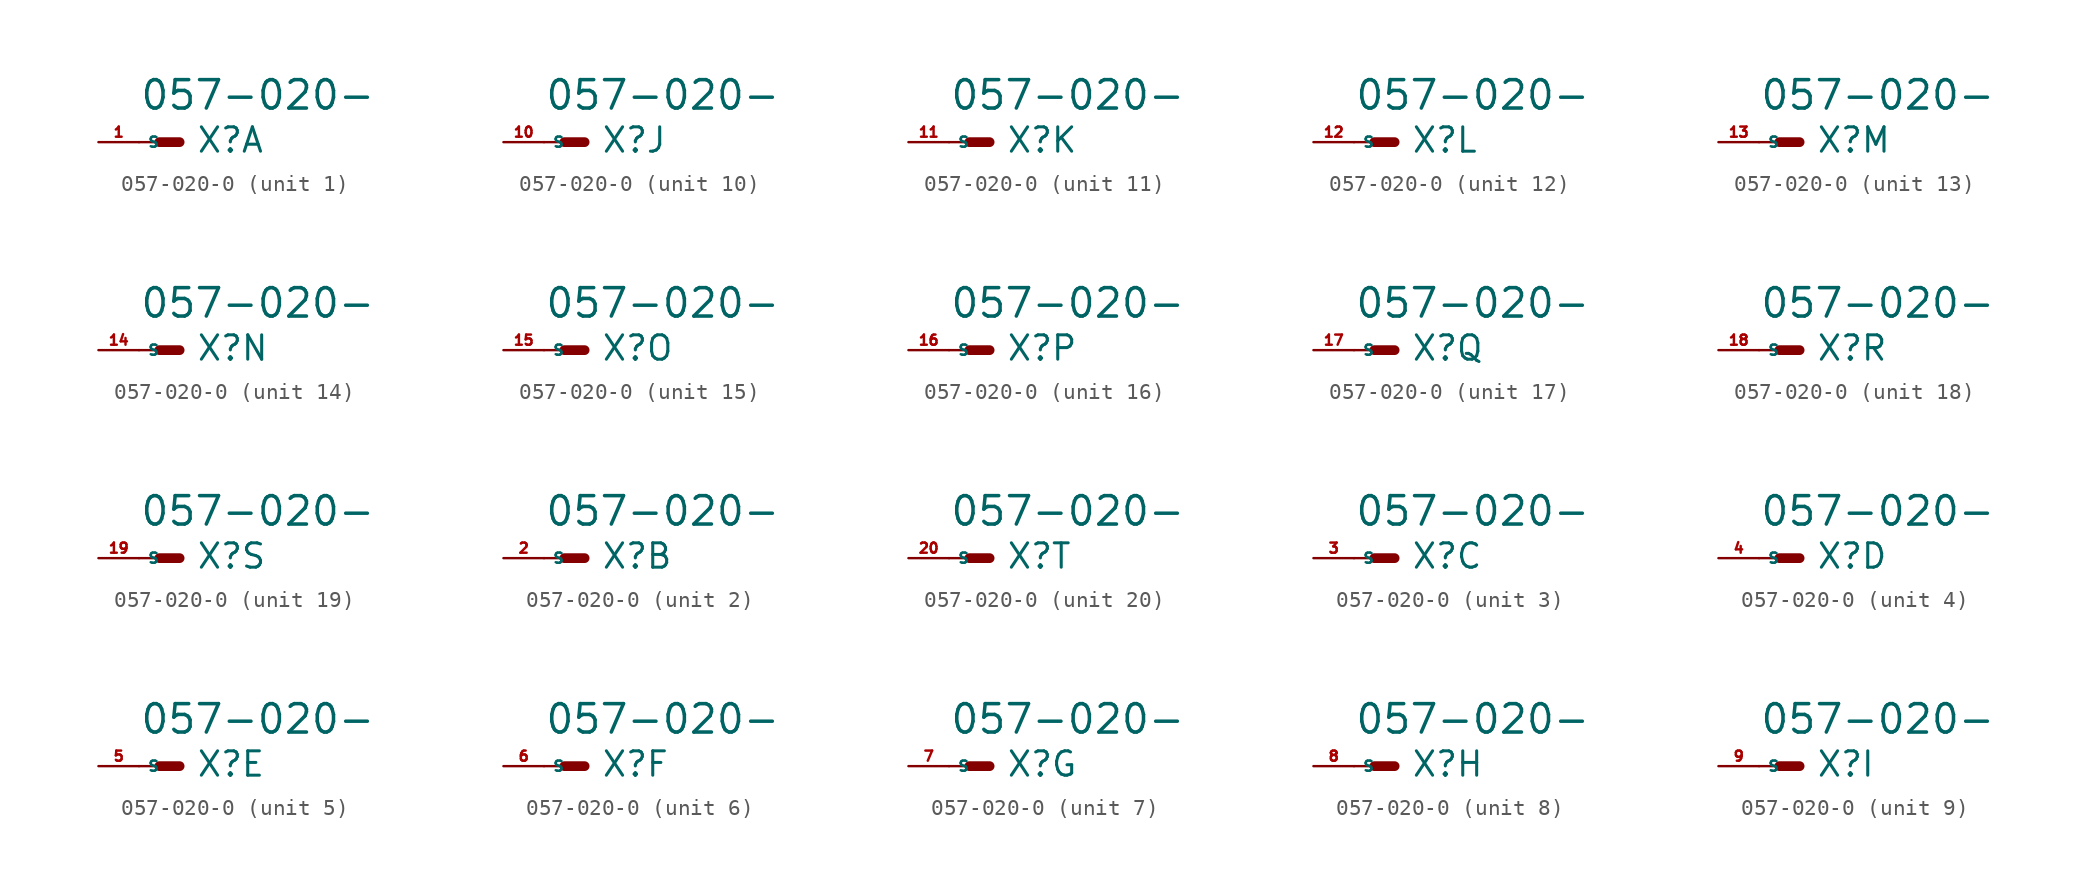
<source format=kicad_sym>
(kicad_symbol_lib
  (version 20220914)
  (generator Eagle2Kicad)
  (symbol "057-020-0"
    (property "Reference" "X"
      (at 1.016 -0.762 0)
      (effects (font (size 1.524 1.524) (thickness 0.19)) (justify left bottom)))
    (property "Value" "057-020-"
      (at -2.54 1.905 0)
      (effects (font (size 1.778 1.778) (thickness 0.22)) (justify left bottom)))
    (symbol "057-020-0_1_0"
      (polyline (pts (xy 0 0) (xy -1.27 0)) (stroke (width 0.61) (type default)) (fill (type none)))
      (polyline (pts (xy -2.54 0) (xy -1.27 0)) (stroke (width 0.152) (type default)) (fill (type none)))
      (pin passive line (at -5.08 0 0) (length 2.54) (name "S" (effects (font (size 0.635 0.635) (thickness 0.08)) (justify left bottom))) (number "1" (effects (font (size 0.635 0.635) (thickness 0.08)) (justify left bottom)))))
    (symbol "057-020-0_2_0"
      (polyline (pts (xy 0 0) (xy -1.27 0)) (stroke (width 0.61) (type default)) (fill (type none)))
      (polyline (pts (xy -2.54 0) (xy -1.27 0)) (stroke (width 0.152) (type default)) (fill (type none)))
      (pin passive line (at -5.08 0 0) (length 2.54) (name "S" (effects (font (size 0.635 0.635) (thickness 0.08)) (justify left bottom))) (number "2" (effects (font (size 0.635 0.635) (thickness 0.08)) (justify left bottom)))))
    (symbol "057-020-0_3_0"
      (polyline (pts (xy 0 0) (xy -1.27 0)) (stroke (width 0.61) (type default)) (fill (type none)))
      (polyline (pts (xy -2.54 0) (xy -1.27 0)) (stroke (width 0.152) (type default)) (fill (type none)))
      (pin passive line (at -5.08 0 0) (length 2.54) (name "S" (effects (font (size 0.635 0.635) (thickness 0.08)) (justify left bottom))) (number "3" (effects (font (size 0.635 0.635) (thickness 0.08)) (justify left bottom)))))
    (symbol "057-020-0_4_0"
      (polyline (pts (xy 0 0) (xy -1.27 0)) (stroke (width 0.61) (type default)) (fill (type none)))
      (polyline (pts (xy -2.54 0) (xy -1.27 0)) (stroke (width 0.152) (type default)) (fill (type none)))
      (pin passive line (at -5.08 0 0) (length 2.54) (name "S" (effects (font (size 0.635 0.635) (thickness 0.08)) (justify left bottom))) (number "4" (effects (font (size 0.635 0.635) (thickness 0.08)) (justify left bottom)))))
    (symbol "057-020-0_5_0"
      (polyline (pts (xy 0 0) (xy -1.27 0)) (stroke (width 0.61) (type default)) (fill (type none)))
      (polyline (pts (xy -2.54 0) (xy -1.27 0)) (stroke (width 0.152) (type default)) (fill (type none)))
      (pin passive line (at -5.08 0 0) (length 2.54) (name "S" (effects (font (size 0.635 0.635) (thickness 0.08)) (justify left bottom))) (number "5" (effects (font (size 0.635 0.635) (thickness 0.08)) (justify left bottom)))))
    (symbol "057-020-0_6_0"
      (polyline (pts (xy 0 0) (xy -1.27 0)) (stroke (width 0.61) (type default)) (fill (type none)))
      (polyline (pts (xy -2.54 0) (xy -1.27 0)) (stroke (width 0.152) (type default)) (fill (type none)))
      (pin passive line (at -5.08 0 0) (length 2.54) (name "S" (effects (font (size 0.635 0.635) (thickness 0.08)) (justify left bottom))) (number "6" (effects (font (size 0.635 0.635) (thickness 0.08)) (justify left bottom)))))
    (symbol "057-020-0_7_0"
      (polyline (pts (xy 0 0) (xy -1.27 0)) (stroke (width 0.61) (type default)) (fill (type none)))
      (polyline (pts (xy -2.54 0) (xy -1.27 0)) (stroke (width 0.152) (type default)) (fill (type none)))
      (pin passive line (at -5.08 0 0) (length 2.54) (name "S" (effects (font (size 0.635 0.635) (thickness 0.08)) (justify left bottom))) (number "7" (effects (font (size 0.635 0.635) (thickness 0.08)) (justify left bottom)))))
    (symbol "057-020-0_8_0"
      (polyline (pts (xy 0 0) (xy -1.27 0)) (stroke (width 0.61) (type default)) (fill (type none)))
      (polyline (pts (xy -2.54 0) (xy -1.27 0)) (stroke (width 0.152) (type default)) (fill (type none)))
      (pin passive line (at -5.08 0 0) (length 2.54) (name "S" (effects (font (size 0.635 0.635) (thickness 0.08)) (justify left bottom))) (number "8" (effects (font (size 0.635 0.635) (thickness 0.08)) (justify left bottom)))))
    (symbol "057-020-0_9_0"
      (polyline (pts (xy 0 0) (xy -1.27 0)) (stroke (width 0.61) (type default)) (fill (type none)))
      (polyline (pts (xy -2.54 0) (xy -1.27 0)) (stroke (width 0.152) (type default)) (fill (type none)))
      (pin passive line (at -5.08 0 0) (length 2.54) (name "S" (effects (font (size 0.635 0.635) (thickness 0.08)) (justify left bottom))) (number "9" (effects (font (size 0.635 0.635) (thickness 0.08)) (justify left bottom)))))
    (symbol "057-020-0_10_0"
      (polyline (pts (xy 0 0) (xy -1.27 0)) (stroke (width 0.61) (type default)) (fill (type none)))
      (polyline (pts (xy -2.54 0) (xy -1.27 0)) (stroke (width 0.152) (type default)) (fill (type none)))
      (pin passive line (at -5.08 0 0) (length 2.54) (name "S" (effects (font (size 0.635 0.635) (thickness 0.08)) (justify left bottom))) (number "10" (effects (font (size 0.635 0.635) (thickness 0.08)) (justify left bottom)))))
    (symbol "057-020-0_11_0"
      (polyline (pts (xy 0 0) (xy -1.27 0)) (stroke (width 0.61) (type default)) (fill (type none)))
      (polyline (pts (xy -2.54 0) (xy -1.27 0)) (stroke (width 0.152) (type default)) (fill (type none)))
      (pin passive line (at -5.08 0 0) (length 2.54) (name "S" (effects (font (size 0.635 0.635) (thickness 0.08)) (justify left bottom))) (number "11" (effects (font (size 0.635 0.635) (thickness 0.08)) (justify left bottom)))))
    (symbol "057-020-0_12_0"
      (polyline (pts (xy 0 0) (xy -1.27 0)) (stroke (width 0.61) (type default)) (fill (type none)))
      (polyline (pts (xy -2.54 0) (xy -1.27 0)) (stroke (width 0.152) (type default)) (fill (type none)))
      (pin passive line (at -5.08 0 0) (length 2.54) (name "S" (effects (font (size 0.635 0.635) (thickness 0.08)) (justify left bottom))) (number "12" (effects (font (size 0.635 0.635) (thickness 0.08)) (justify left bottom)))))
    (symbol "057-020-0_13_0"
      (polyline (pts (xy 0 0) (xy -1.27 0)) (stroke (width 0.61) (type default)) (fill (type none)))
      (polyline (pts (xy -2.54 0) (xy -1.27 0)) (stroke (width 0.152) (type default)) (fill (type none)))
      (pin passive line (at -5.08 0 0) (length 2.54) (name "S" (effects (font (size 0.635 0.635) (thickness 0.08)) (justify left bottom))) (number "13" (effects (font (size 0.635 0.635) (thickness 0.08)) (justify left bottom)))))
    (symbol "057-020-0_14_0"
      (polyline (pts (xy 0 0) (xy -1.27 0)) (stroke (width 0.61) (type default)) (fill (type none)))
      (polyline (pts (xy -2.54 0) (xy -1.27 0)) (stroke (width 0.152) (type default)) (fill (type none)))
      (pin passive line (at -5.08 0 0) (length 2.54) (name "S" (effects (font (size 0.635 0.635) (thickness 0.08)) (justify left bottom))) (number "14" (effects (font (size 0.635 0.635) (thickness 0.08)) (justify left bottom)))))
    (symbol "057-020-0_15_0"
      (polyline (pts (xy 0 0) (xy -1.27 0)) (stroke (width 0.61) (type default)) (fill (type none)))
      (polyline (pts (xy -2.54 0) (xy -1.27 0)) (stroke (width 0.152) (type default)) (fill (type none)))
      (pin passive line (at -5.08 0 0) (length 2.54) (name "S" (effects (font (size 0.635 0.635) (thickness 0.08)) (justify left bottom))) (number "15" (effects (font (size 0.635 0.635) (thickness 0.08)) (justify left bottom)))))
    (symbol "057-020-0_16_0"
      (polyline (pts (xy 0 0) (xy -1.27 0)) (stroke (width 0.61) (type default)) (fill (type none)))
      (polyline (pts (xy -2.54 0) (xy -1.27 0)) (stroke (width 0.152) (type default)) (fill (type none)))
      (pin passive line (at -5.08 0 0) (length 2.54) (name "S" (effects (font (size 0.635 0.635) (thickness 0.08)) (justify left bottom))) (number "16" (effects (font (size 0.635 0.635) (thickness 0.08)) (justify left bottom)))))
    (symbol "057-020-0_17_0"
      (polyline (pts (xy 0 0) (xy -1.27 0)) (stroke (width 0.61) (type default)) (fill (type none)))
      (polyline (pts (xy -2.54 0) (xy -1.27 0)) (stroke (width 0.152) (type default)) (fill (type none)))
      (pin passive line (at -5.08 0 0) (length 2.54) (name "S" (effects (font (size 0.635 0.635) (thickness 0.08)) (justify left bottom))) (number "17" (effects (font (size 0.635 0.635) (thickness 0.08)) (justify left bottom)))))
    (symbol "057-020-0_18_0"
      (polyline (pts (xy 0 0) (xy -1.27 0)) (stroke (width 0.61) (type default)) (fill (type none)))
      (polyline (pts (xy -2.54 0) (xy -1.27 0)) (stroke (width 0.152) (type default)) (fill (type none)))
      (pin passive line (at -5.08 0 0) (length 2.54) (name "S" (effects (font (size 0.635 0.635) (thickness 0.08)) (justify left bottom))) (number "18" (effects (font (size 0.635 0.635) (thickness 0.08)) (justify left bottom)))))
    (symbol "057-020-0_19_0"
      (polyline (pts (xy 0 0) (xy -1.27 0)) (stroke (width 0.61) (type default)) (fill (type none)))
      (polyline (pts (xy -2.54 0) (xy -1.27 0)) (stroke (width 0.152) (type default)) (fill (type none)))
      (pin passive line (at -5.08 0 0) (length 2.54) (name "S" (effects (font (size 0.635 0.635) (thickness 0.08)) (justify left bottom))) (number "19" (effects (font (size 0.635 0.635) (thickness 0.08)) (justify left bottom)))))
    (symbol "057-020-0_20_0"
      (polyline (pts (xy 0 0) (xy -1.27 0)) (stroke (width 0.61) (type default)) (fill (type none)))
      (polyline (pts (xy -2.54 0) (xy -1.27 0)) (stroke (width 0.152) (type default)) (fill (type none)))
      (pin passive line (at -5.08 0 0) (length 2.54) (name "S" (effects (font (size 0.635 0.635) (thickness 0.08)) (justify left bottom))) (number "20" (effects (font (size 0.635 0.635) (thickness 0.08)) (justify left bottom)))))))
</source>
